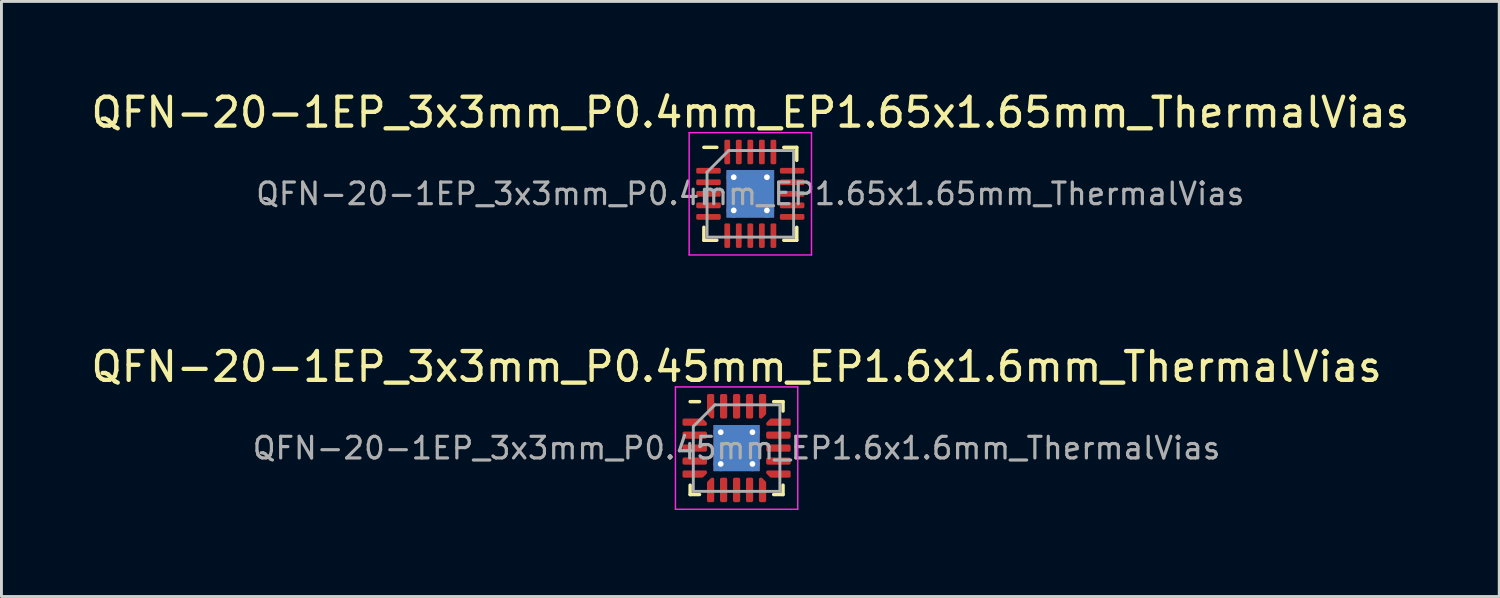
<source format=kicad_pcb>
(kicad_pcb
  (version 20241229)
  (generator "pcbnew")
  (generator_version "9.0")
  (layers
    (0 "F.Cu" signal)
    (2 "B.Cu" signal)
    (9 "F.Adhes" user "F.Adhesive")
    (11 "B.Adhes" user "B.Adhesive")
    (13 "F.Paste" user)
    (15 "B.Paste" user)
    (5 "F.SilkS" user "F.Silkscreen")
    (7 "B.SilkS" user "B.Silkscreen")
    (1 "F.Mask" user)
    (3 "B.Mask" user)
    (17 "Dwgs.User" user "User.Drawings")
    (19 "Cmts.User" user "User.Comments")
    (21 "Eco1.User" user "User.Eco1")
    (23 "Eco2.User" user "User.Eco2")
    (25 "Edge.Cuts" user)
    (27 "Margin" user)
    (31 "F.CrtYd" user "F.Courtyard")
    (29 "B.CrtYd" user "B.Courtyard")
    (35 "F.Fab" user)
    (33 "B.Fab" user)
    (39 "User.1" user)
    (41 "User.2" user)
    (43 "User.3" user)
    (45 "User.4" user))
  (footprint "QFN-20-1EP_3x3mm_P0.4mm_EP1.65x1.65mm_ThermalVias"
    (layer "F.Cu")
    (at 22.958 3.668)
    (property "Reference" "QFN-20-1EP_3x3mm_P0.4mm_EP1.65x1.65mm_ThermalVias" (at 0 -2.82 0) (layer "F.SilkS") (effects (font (size 1 1) (thickness 0.15))))
    (attr smd)
    (fp_line (start -1.61 1.61) (end -1.61 1.16) (stroke (width 0.12) (type solid)) (layer "F.SilkS"))
    (fp_line (start -1.16 -1.61) (end -1.61 -1.61) (stroke (width 0.12) (type solid)) (layer "F.SilkS"))
    (fp_line (start -1.16 1.61) (end -1.61 1.61) (stroke (width 0.12) (type solid)) (layer "F.SilkS"))
    (fp_line (start 1.16 -1.61) (end 1.61 -1.61) (stroke (width 0.12) (type solid)) (layer "F.SilkS"))
    (fp_line (start 1.16 1.61) (end 1.61 1.61) (stroke (width 0.12) (type solid)) (layer "F.SilkS"))
    (fp_line (start 1.61 -1.61) (end 1.61 -1.16) (stroke (width 0.12) (type solid)) (layer "F.SilkS"))
    (fp_line (start 1.61 1.61) (end 1.61 1.16) (stroke (width 0.12) (type solid)) (layer "F.SilkS"))
    (fp_line (start -2.12 -2.12) (end -2.12 2.12) (stroke (width 0.05) (type solid)) (layer "F.CrtYd"))
    (fp_line (start -2.12 2.12) (end 2.12 2.12) (stroke (width 0.05) (type solid)) (layer "F.CrtYd"))
    (fp_line (start 2.12 -2.12) (end -2.12 -2.12) (stroke (width 0.05) (type solid)) (layer "F.CrtYd"))
    (fp_line (start 2.12 2.12) (end 2.12 -2.12) (stroke (width 0.05) (type solid)) (layer "F.CrtYd"))
    (fp_line (start -1.5 -0.75) (end -0.75 -1.5) (stroke (width 0.1) (type solid)) (layer "F.Fab"))
    (fp_line (start -1.5 1.5) (end -1.5 -0.75) (stroke (width 0.1) (type solid)) (layer "F.Fab"))
    (fp_line (start -0.75 -1.5) (end 1.5 -1.5) (stroke (width 0.1) (type solid)) (layer "F.Fab"))
    (fp_line (start 1.5 -1.5) (end 1.5 1.5) (stroke (width 0.1) (type solid)) (layer "F.Fab"))
    (fp_line (start 1.5 1.5) (end -1.5 1.5) (stroke (width 0.1) (type solid)) (layer "F.Fab"))
    (fp_text user "${REFERENCE}" (at 0 0 0) (layer "F.Fab") (effects (font (size 0.75 0.75) (thickness 0.11))))
    (pad "" smd roundrect (at -0.41 -0.41) (size 0.69 0.69) (layers "F.Paste") (roundrect_rratio 0.25))
    (pad "" smd roundrect (at -0.41 0.41) (size 0.69 0.69) (layers "F.Paste") (roundrect_rratio 0.25))
    (pad "" smd roundrect (at 0.41 -0.41) (size 0.69 0.69) (layers "F.Paste") (roundrect_rratio 0.25))
    (pad "" smd roundrect (at 0.41 0.41) (size 0.69 0.69) (layers "F.Paste") (roundrect_rratio 0.25))
    (pad "1" smd roundrect (at -1.45 -0.8) (size 0.85 0.2) (layers "F.Cu" "F.Mask" "F.Paste") (roundrect_rratio 0.25))
    (pad "2" smd roundrect (at -1.45 -0.4) (size 0.85 0.2) (layers "F.Cu" "F.Mask" "F.Paste") (roundrect_rratio 0.25))
    (pad "3" smd roundrect (at -1.45 0) (size 0.85 0.2) (layers "F.Cu" "F.Mask" "F.Paste") (roundrect_rratio 0.25))
    (pad "4" smd roundrect (at -1.45 0.4) (size 0.85 0.2) (layers "F.Cu" "F.Mask" "F.Paste") (roundrect_rratio 0.25))
    (pad "5" smd roundrect (at -1.45 0.8) (size 0.85 0.2) (layers "F.Cu" "F.Mask" "F.Paste") (roundrect_rratio 0.25))
    (pad "6" smd roundrect (at -0.8 1.45) (size 0.2 0.85) (layers "F.Cu" "F.Mask" "F.Paste") (roundrect_rratio 0.25))
    (pad "7" smd roundrect (at -0.4 1.45) (size 0.2 0.85) (layers "F.Cu" "F.Mask" "F.Paste") (roundrect_rratio 0.25))
    (pad "8" smd roundrect (at 0 1.45) (size 0.2 0.85) (layers "F.Cu" "F.Mask" "F.Paste") (roundrect_rratio 0.25))
    (pad "9" smd roundrect (at 0.4 1.45) (size 0.2 0.85) (layers "F.Cu" "F.Mask" "F.Paste") (roundrect_rratio 0.25))
    (pad "10" smd roundrect (at 0.8 1.45) (size 0.2 0.85) (layers "F.Cu" "F.Mask" "F.Paste") (roundrect_rratio 0.25))
    (pad "11" smd roundrect (at 1.45 0.8) (size 0.85 0.2) (layers "F.Cu" "F.Mask" "F.Paste") (roundrect_rratio 0.25))
    (pad "12" smd roundrect (at 1.45 0.4) (size 0.85 0.2) (layers "F.Cu" "F.Mask" "F.Paste") (roundrect_rratio 0.25))
    (pad "13" smd roundrect (at 1.45 0) (size 0.85 0.2) (layers "F.Cu" "F.Mask" "F.Paste") (roundrect_rratio 0.25))
    (pad "14" smd roundrect (at 1.45 -0.4) (size 0.85 0.2) (layers "F.Cu" "F.Mask" "F.Paste") (roundrect_rratio 0.25))
    (pad "15" smd roundrect (at 1.45 -0.8) (size 0.85 0.2) (layers "F.Cu" "F.Mask" "F.Paste") (roundrect_rratio 0.25))
    (pad "16" smd roundrect (at 0.8 -1.45) (size 0.2 0.85) (layers "F.Cu" "F.Mask" "F.Paste") (roundrect_rratio 0.25))
    (pad "17" smd roundrect (at 0.4 -1.45) (size 0.2 0.85) (layers "F.Cu" "F.Mask" "F.Paste") (roundrect_rratio 0.25))
    (pad "18" smd roundrect (at 0 -1.45) (size 0.2 0.85) (layers "F.Cu" "F.Mask" "F.Paste") (roundrect_rratio 0.25))
    (pad "19" smd roundrect (at -0.4 -1.45) (size 0.2 0.85) (layers "F.Cu" "F.Mask" "F.Paste") (roundrect_rratio 0.25))
    (pad "20" smd roundrect (at -0.8 -1.45) (size 0.2 0.85) (layers "F.Cu" "F.Mask" "F.Paste") (roundrect_rratio 0.25))
    (pad "21" thru_hole circle (at -0.575 -0.575) (size 0.5 0.5) (drill 0.2) (layers "*.Cu"))
    (pad "21" thru_hole circle (at -0.575 0.575) (size 0.5 0.5) (drill 0.2) (layers "*.Cu"))
    (pad "21" smd rect (at 0 0) (size 1.65 1.65) (layers "F.Cu" "F.Mask"))
    (pad "21" smd rect (at 0 0) (size 1.65 1.65) (layers "B.Cu"))
    (pad "21" thru_hole circle (at 0.575 -0.575) (size 0.5 0.5) (drill 0.2) (layers "*.Cu"))
    (pad "21" thru_hole circle (at 0.575 0.575) (size 0.5 0.5) (drill 0.2) (layers "*.Cu")))
  (footprint "QFN-20-1EP_3x3mm_P0.45mm_EP1.6x1.6mm_ThermalVias"
    (layer "F.Cu")
    (at 22.482 12.482)
    (property "Reference" "QFN-20-1EP_3x3mm_P0.45mm_EP1.6x1.6mm_ThermalVias" (at 0 -2.82 0) (layer "F.SilkS") (effects (font (size 1 1) (thickness 0.15))))
    (attr smd)
    (fp_line (start -1.61 1.61) (end -1.61 1.285) (stroke (width 0.12) (type solid)) (layer "F.SilkS"))
    (fp_line (start -1.285 -1.61) (end -1.61 -1.61) (stroke (width 0.12) (type solid)) (layer "F.SilkS"))
    (fp_line (start -1.285 1.61) (end -1.61 1.61) (stroke (width 0.12) (type solid)) (layer "F.SilkS"))
    (fp_line (start 1.285 -1.61) (end 1.61 -1.61) (stroke (width 0.12) (type solid)) (layer "F.SilkS"))
    (fp_line (start 1.285 1.61) (end 1.61 1.61) (stroke (width 0.12) (type solid)) (layer "F.SilkS"))
    (fp_line (start 1.61 -1.61) (end 1.61 -1.285) (stroke (width 0.12) (type solid)) (layer "F.SilkS"))
    (fp_line (start 1.61 1.61) (end 1.61 1.285) (stroke (width 0.12) (type solid)) (layer "F.SilkS"))
    (fp_line (start -2.12 -2.12) (end -2.12 2.12) (stroke (width 0.05) (type solid)) (layer "F.CrtYd"))
    (fp_line (start -2.12 2.12) (end 2.12 2.12) (stroke (width 0.05) (type solid)) (layer "F.CrtYd"))
    (fp_line (start 2.12 -2.12) (end -2.12 -2.12) (stroke (width 0.05) (type solid)) (layer "F.CrtYd"))
    (fp_line (start 2.12 2.12) (end 2.12 -2.12) (stroke (width 0.05) (type solid)) (layer "F.CrtYd"))
    (fp_line (start -1.5 -0.75) (end -0.75 -1.5) (stroke (width 0.1) (type solid)) (layer "F.Fab"))
    (fp_line (start -1.5 1.5) (end -1.5 -0.75) (stroke (width 0.1) (type solid)) (layer "F.Fab"))
    (fp_line (start -0.75 -1.5) (end 1.5 -1.5) (stroke (width 0.1) (type solid)) (layer "F.Fab"))
    (fp_line (start 1.5 -1.5) (end 1.5 1.5) (stroke (width 0.1) (type solid)) (layer "F.Fab"))
    (fp_line (start 1.5 1.5) (end -1.5 1.5) (stroke (width 0.1) (type solid)) (layer "F.Fab"))
    (fp_text user "${REFERENCE}" (at 0 0 0) (layer "F.Fab") (effects (font (size 0.75 0.75) (thickness 0.11))))
    (pad "" smd roundrect (at -0.4 -0.4) (size 0.69 0.69) (layers "F.Paste") (roundrect_rratio 0.25))
    (pad "" smd roundrect (at -0.4 0.4) (size 0.69 0.69) (layers "F.Paste") (roundrect_rratio 0.25))
    (pad "" smd roundrect (at 0.4 -0.4) (size 0.69 0.69) (layers "F.Paste") (roundrect_rratio 0.25))
    (pad "" smd roundrect (at 0.4 0.4) (size 0.69 0.69) (layers "F.Paste") (roundrect_rratio 0.25))
    (pad "1" smd custom (at -1.45 -0.9) (size 0.144 0.144) (layers "F.Cu" "F.Mask" "F.Paste") (options (anchor circle)) (primitives (gr_poly (pts (xy -0.375 -0.075) (xy 0.254 -0.075) (xy 0.375 0.046) (xy 0.375 0.075) (xy -0.375 0.075)) (width 0.1) (fill yes))))
    (pad "2" smd roundrect (at -1.45 -0.45) (size 0.85 0.25) (layers "F.Cu" "F.Mask" "F.Paste") (roundrect_rratio 0.25))
    (pad "3" smd roundrect (at -1.45 0) (size 0.85 0.25) (layers "F.Cu" "F.Mask" "F.Paste") (roundrect_rratio 0.25))
    (pad "4" smd roundrect (at -1.45 0.45) (size 0.85 0.25) (layers "F.Cu" "F.Mask" "F.Paste") (roundrect_rratio 0.25))
    (pad "5" smd custom (at -1.45 0.9) (size 0.144 0.144) (layers "F.Cu" "F.Mask" "F.Paste") (options (anchor circle)) (primitives (gr_poly (pts (xy -0.375 -0.075) (xy 0.375 -0.075) (xy 0.375 -0.046) (xy 0.254 0.075) (xy -0.375 0.075)) (width 0.1) (fill yes))))
    (pad "6" smd custom (at -0.9 1.45) (size 0.144 0.144) (layers "F.Cu" "F.Mask" "F.Paste") (options (anchor circle)) (primitives (gr_poly (pts (xy -0.075 -0.254) (xy 0.046 -0.375) (xy 0.075 -0.375) (xy 0.075 0.375) (xy -0.075 0.375)) (width 0.1) (fill yes))))
    (pad "7" smd roundrect (at -0.45 1.45) (size 0.25 0.85) (layers "F.Cu" "F.Mask" "F.Paste") (roundrect_rratio 0.25))
    (pad "8" smd roundrect (at 0 1.45) (size 0.25 0.85) (layers "F.Cu" "F.Mask" "F.Paste") (roundrect_rratio 0.25))
    (pad "9" smd roundrect (at 0.45 1.45) (size 0.25 0.85) (layers "F.Cu" "F.Mask" "F.Paste") (roundrect_rratio 0.25))
    (pad "10" smd custom (at 0.9 1.45) (size 0.144 0.144) (layers "F.Cu" "F.Mask" "F.Paste") (options (anchor circle)) (primitives (gr_poly (pts (xy -0.075 -0.375) (xy -0.046 -0.375) (xy 0.075 -0.254) (xy 0.075 0.375) (xy -0.075 0.375)) (width 0.1) (fill yes))))
    (pad "11" smd custom (at 1.45 0.9) (size 0.144 0.144) (layers "F.Cu" "F.Mask" "F.Paste") (options (anchor circle)) (primitives (gr_poly (pts (xy -0.375 -0.075) (xy 0.375 -0.075) (xy 0.375 0.075) (xy -0.254 0.075) (xy -0.375 -0.046)) (width 0.1) (fill yes))))
    (pad "12" smd roundrect (at 1.45 0.45) (size 0.85 0.25) (layers "F.Cu" "F.Mask" "F.Paste") (roundrect_rratio 0.25))
    (pad "13" smd roundrect (at 1.45 0) (size 0.85 0.25) (layers "F.Cu" "F.Mask" "F.Paste") (roundrect_rratio 0.25))
    (pad "14" smd roundrect (at 1.45 -0.45) (size 0.85 0.25) (layers "F.Cu" "F.Mask" "F.Paste") (roundrect_rratio 0.25))
    (pad "15" smd custom (at 1.45 -0.9) (size 0.144 0.144) (layers "F.Cu" "F.Mask" "F.Paste") (options (anchor circle)) (primitives (gr_poly (pts (xy -0.375 0.046) (xy -0.254 -0.075) (xy 0.375 -0.075) (xy 0.375 0.075) (xy -0.375 0.075)) (width 0.1) (fill yes))))
    (pad "16" smd custom (at 0.9 -1.45) (size 0.144 0.144) (layers "F.Cu" "F.Mask" "F.Paste") (options (anchor circle)) (primitives (gr_poly (pts (xy -0.075 -0.375) (xy 0.075 -0.375) (xy 0.075 0.254) (xy -0.046 0.375) (xy -0.075 0.375)) (width 0.1) (fill yes))))
    (pad "17" smd roundrect (at 0.45 -1.45) (size 0.25 0.85) (layers "F.Cu" "F.Mask" "F.Paste") (roundrect_rratio 0.25))
    (pad "18" smd roundrect (at 0 -1.45) (size 0.25 0.85) (layers "F.Cu" "F.Mask" "F.Paste") (roundrect_rratio 0.25))
    (pad "19" smd roundrect (at -0.45 -1.45) (size 0.25 0.85) (layers "F.Cu" "F.Mask" "F.Paste") (roundrect_rratio 0.25))
    (pad "20" smd custom (at -0.9 -1.45) (size 0.144 0.144) (layers "F.Cu" "F.Mask" "F.Paste") (options (anchor circle)) (primitives (gr_poly (pts (xy -0.075 -0.375) (xy 0.075 -0.375) (xy 0.075 0.375) (xy 0.046 0.375) (xy -0.075 0.254)) (width 0.1) (fill yes))))
    (pad "21" thru_hole circle (at -0.55 -0.55) (size 0.5 0.5) (drill 0.2) (layers "*.Cu"))
    (pad "21" thru_hole circle (at -0.55 0.55) (size 0.5 0.5) (drill 0.2) (layers "*.Cu"))
    (pad "21" smd rect (at 0 0) (size 1.6 1.6) (layers "F.Cu" "F.Mask"))
    (pad "21" smd rect (at 0 0) (size 1.6 1.6) (layers "B.Cu"))
    (pad "21" thru_hole circle (at 0.55 -0.55) (size 0.5 0.5) (drill 0.2) (layers "*.Cu"))
    (pad "21" thru_hole circle (at 0.55 0.55) (size 0.5 0.5) (drill 0.2) (layers "*.Cu")))
  (gr_rect
    (start -3 -3)
    (end 48.917 17.627)
    (stroke (width 0.1) (type default))
    (fill no)
    (layer "Edge.Cuts")))
</source>
